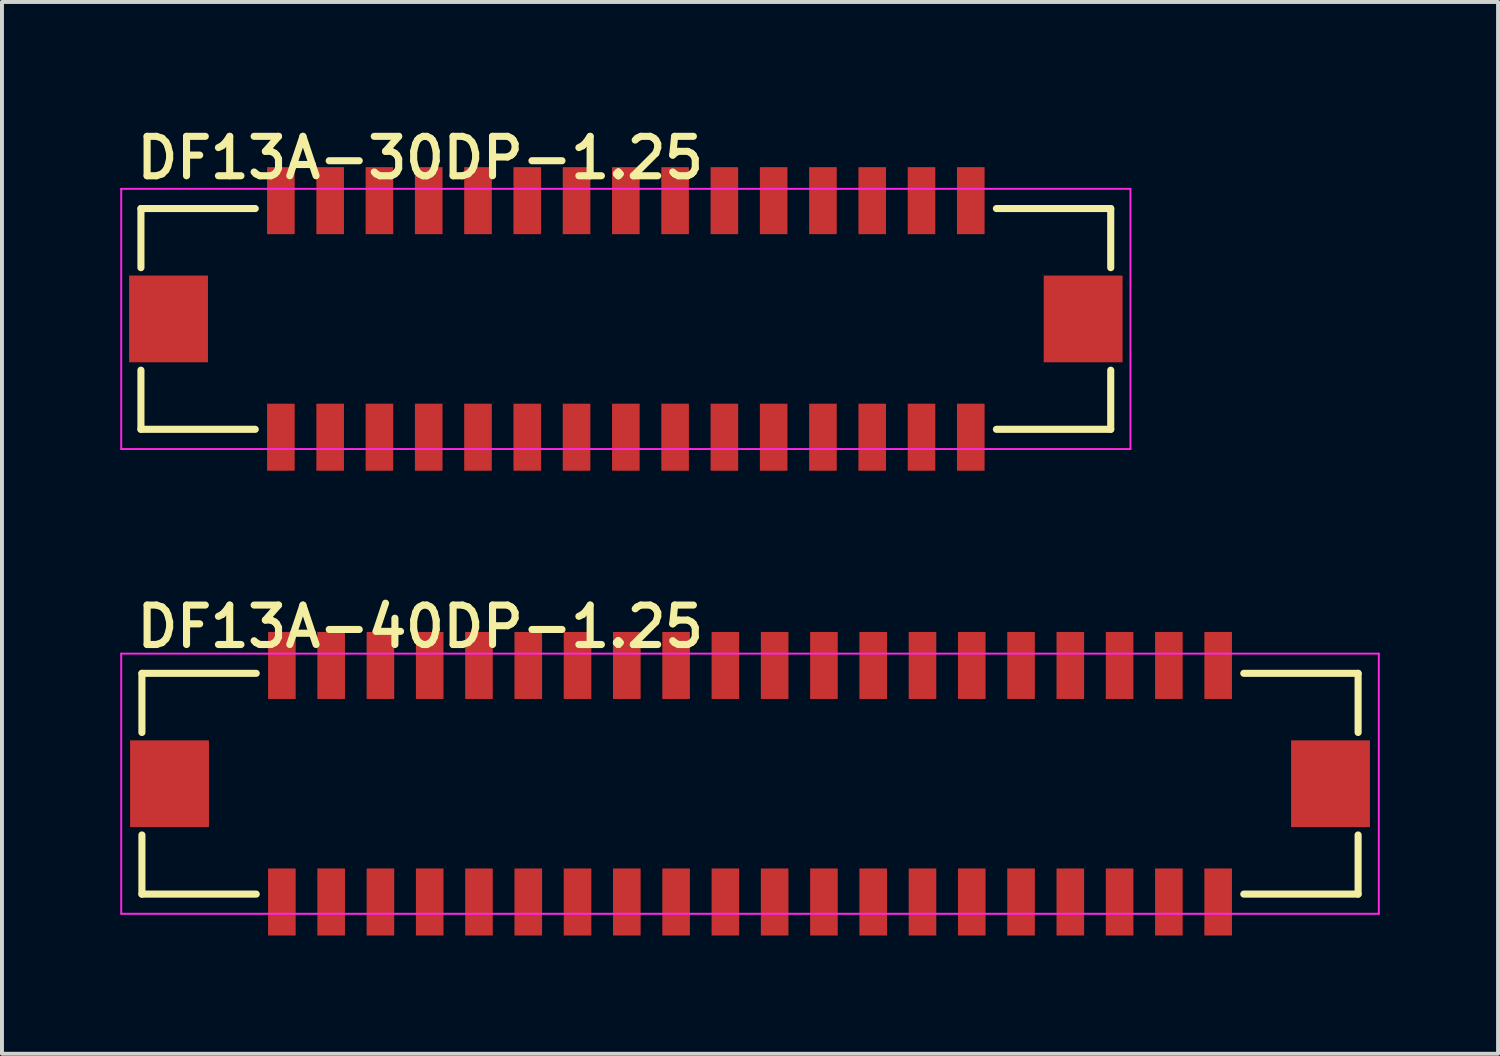
<source format=kicad_pcb>
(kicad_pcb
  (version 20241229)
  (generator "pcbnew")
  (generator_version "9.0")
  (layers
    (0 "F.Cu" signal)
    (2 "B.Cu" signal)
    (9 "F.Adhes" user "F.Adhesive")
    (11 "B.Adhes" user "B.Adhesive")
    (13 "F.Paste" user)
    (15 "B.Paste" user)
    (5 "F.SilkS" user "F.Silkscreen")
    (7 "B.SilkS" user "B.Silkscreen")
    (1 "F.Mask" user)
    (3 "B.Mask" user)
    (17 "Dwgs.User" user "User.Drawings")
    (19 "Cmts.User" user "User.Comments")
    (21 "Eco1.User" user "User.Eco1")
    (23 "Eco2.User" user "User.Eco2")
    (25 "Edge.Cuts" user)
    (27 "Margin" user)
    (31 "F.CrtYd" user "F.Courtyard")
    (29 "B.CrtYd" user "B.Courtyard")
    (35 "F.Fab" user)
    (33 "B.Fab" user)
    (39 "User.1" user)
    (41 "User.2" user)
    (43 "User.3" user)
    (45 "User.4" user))
  (footprint "DF13A-40DP-1.25"
    (layer "F.Cu")
    (at 15.975 16.83)
    (property "Reference" "DF13A-40DP-1.25" (at -15.65 -3.4 0) (layer "F.SilkS") (effects (font (size 1 1) (thickness 0.18)) (justify left bottom)))
    (attr through_hole)
    (fp_line (start -15.425 -2.8) (end -12.525 -2.8) (stroke (width 0.18) (type solid)) (layer "F.SilkS"))
    (fp_line (start -15.425 -1.3) (end -15.425 -2.8) (stroke (width 0.18) (type solid)) (layer "F.SilkS"))
    (fp_line (start -15.425 2.8) (end -15.425 1.3) (stroke (width 0.18) (type solid)) (layer "F.SilkS"))
    (fp_line (start -15.425 2.8) (end -12.525 2.8) (stroke (width 0.18) (type solid)) (layer "F.SilkS"))
    (fp_line (start 15.425 -2.8) (end 12.525 -2.8) (stroke (width 0.18) (type solid)) (layer "F.SilkS"))
    (fp_line (start 15.425 -2.8) (end 15.425 -1.3) (stroke (width 0.18) (type solid)) (layer "F.SilkS"))
    (fp_line (start 15.425 1.3) (end 15.425 2.8) (stroke (width 0.18) (type solid)) (layer "F.SilkS"))
    (fp_line (start 15.425 2.8) (end 12.525 2.8) (stroke (width 0.18) (type solid)) (layer "F.SilkS"))
    (fp_line (start -15.95 -3.3) (end 15.95 -3.3) (stroke (width 0.05) (type solid)) (layer "F.CrtYd"))
    (fp_line (start -15.95 3.3) (end -15.95 -3.3) (stroke (width 0.05) (type solid)) (layer "F.CrtYd"))
    (fp_line (start 15.95 -3.3) (end 15.95 3.3) (stroke (width 0.05) (type solid)) (layer "F.CrtYd"))
    (fp_line (start 15.95 3.3) (end -15.95 3.3) (stroke (width 0.05) (type solid)) (layer "F.CrtYd"))
    (pad "1" smd rect (at -11.875 -3) (size 0.7 1.7) (layers "F.Cu" "F.Mask" "F.Paste"))
    (pad "2" smd rect (at -11.875 3) (size 0.7 1.7) (layers "F.Cu" "F.Mask" "F.Paste"))
    (pad "3" smd rect (at -10.625 -3) (size 0.7 1.7) (layers "F.Cu" "F.Mask" "F.Paste"))
    (pad "4" smd rect (at -10.625 3) (size 0.7 1.7) (layers "F.Cu" "F.Mask" "F.Paste"))
    (pad "5" smd rect (at -9.375 -3) (size 0.7 1.7) (layers "F.Cu" "F.Mask" "F.Paste"))
    (pad "6" smd rect (at -9.375 3) (size 0.7 1.7) (layers "F.Cu" "F.Mask" "F.Paste"))
    (pad "7" smd rect (at -8.125 -3) (size 0.7 1.7) (layers "F.Cu" "F.Mask" "F.Paste"))
    (pad "8" smd rect (at -8.125 3) (size 0.7 1.7) (layers "F.Cu" "F.Mask" "F.Paste"))
    (pad "9" smd rect (at -6.875 -3) (size 0.7 1.7) (layers "F.Cu" "F.Mask" "F.Paste"))
    (pad "10" smd rect (at -6.875 3) (size 0.7 1.7) (layers "F.Cu" "F.Mask" "F.Paste"))
    (pad "11" smd rect (at -5.625 -3) (size 0.7 1.7) (layers "F.Cu" "F.Mask" "F.Paste"))
    (pad "12" smd rect (at -5.625 3) (size 0.7 1.7) (layers "F.Cu" "F.Mask" "F.Paste"))
    (pad "13" smd rect (at -4.375 -3) (size 0.7 1.7) (layers "F.Cu" "F.Mask" "F.Paste"))
    (pad "14" smd rect (at -4.375 3) (size 0.7 1.7) (layers "F.Cu" "F.Mask" "F.Paste"))
    (pad "15" smd rect (at -3.125 -3) (size 0.7 1.7) (layers "F.Cu" "F.Mask" "F.Paste"))
    (pad "16" smd rect (at -3.125 3) (size 0.7 1.7) (layers "F.Cu" "F.Mask" "F.Paste"))
    (pad "17" smd rect (at -1.875 -3) (size 0.7 1.7) (layers "F.Cu" "F.Mask" "F.Paste"))
    (pad "18" smd rect (at -1.875 3) (size 0.7 1.7) (layers "F.Cu" "F.Mask" "F.Paste"))
    (pad "19" smd rect (at -0.625 -3) (size 0.7 1.7) (layers "F.Cu" "F.Mask" "F.Paste"))
    (pad "20" smd rect (at -0.625 3) (size 0.7 1.7) (layers "F.Cu" "F.Mask" "F.Paste"))
    (pad "21" smd rect (at 0.625 -3) (size 0.7 1.7) (layers "F.Cu" "F.Mask" "F.Paste"))
    (pad "22" smd rect (at 0.625 3) (size 0.7 1.7) (layers "F.Cu" "F.Mask" "F.Paste"))
    (pad "23" smd rect (at 1.875 -3) (size 0.7 1.7) (layers "F.Cu" "F.Mask" "F.Paste"))
    (pad "24" smd rect (at 1.875 3) (size 0.7 1.7) (layers "F.Cu" "F.Mask" "F.Paste"))
    (pad "25" smd rect (at 3.125 -3) (size 0.7 1.7) (layers "F.Cu" "F.Mask" "F.Paste"))
    (pad "26" smd rect (at 3.125 3) (size 0.7 1.7) (layers "F.Cu" "F.Mask" "F.Paste"))
    (pad "27" smd rect (at 4.375 -3) (size 0.7 1.7) (layers "F.Cu" "F.Mask" "F.Paste"))
    (pad "28" smd rect (at 4.375 3) (size 0.7 1.7) (layers "F.Cu" "F.Mask" "F.Paste"))
    (pad "29" smd rect (at 5.625 -3) (size 0.7 1.7) (layers "F.Cu" "F.Mask" "F.Paste"))
    (pad "30" smd rect (at 5.625 3) (size 0.7 1.7) (layers "F.Cu" "F.Mask" "F.Paste"))
    (pad "31" smd rect (at 6.875 -3) (size 0.7 1.7) (layers "F.Cu" "F.Mask" "F.Paste"))
    (pad "32" smd rect (at 6.875 3) (size 0.7 1.7) (layers "F.Cu" "F.Mask" "F.Paste"))
    (pad "33" smd rect (at 8.125 -3) (size 0.7 1.7) (layers "F.Cu" "F.Mask" "F.Paste"))
    (pad "34" smd rect (at 8.125 3) (size 0.7 1.7) (layers "F.Cu" "F.Mask" "F.Paste"))
    (pad "35" smd rect (at 9.375 -3) (size 0.7 1.7) (layers "F.Cu" "F.Mask" "F.Paste"))
    (pad "36" smd rect (at 9.375 3) (size 0.7 1.7) (layers "F.Cu" "F.Mask" "F.Paste"))
    (pad "37" smd rect (at 10.625 -3) (size 0.7 1.7) (layers "F.Cu" "F.Mask" "F.Paste"))
    (pad "38" smd rect (at 10.625 3) (size 0.7 1.7) (layers "F.Cu" "F.Mask" "F.Paste"))
    (pad "39" smd rect (at 11.875 -3) (size 0.7 1.7) (layers "F.Cu" "F.Mask" "F.Paste"))
    (pad "40" smd rect (at 11.875 3) (size 0.7 1.7) (layers "F.Cu" "F.Mask" "F.Paste"))
    (pad "PAD" smd rect (at -14.725 0) (size 2 2.2) (layers "F.Cu" "F.Mask" "F.Paste"))
    (pad "PAD" smd rect (at 14.725 0) (size 2 2.2) (layers "F.Cu" "F.Mask" "F.Paste")))
  (footprint "DF13A-30DP-1.25"
    (layer "F.Cu")
    (at 12.825 5.04)
    (property "Reference" "DF13A-30DP-1.25" (at -12.5 -3.5 0) (layer "F.SilkS") (effects (font (size 1 1) (thickness 0.18)) (justify left bottom)))
    (attr through_hole)
    (fp_line (start -12.3 -2.8) (end -9.4 -2.8) (stroke (width 0.18) (type solid)) (layer "F.SilkS"))
    (fp_line (start -12.3 -1.3) (end -12.3 -2.8) (stroke (width 0.18) (type solid)) (layer "F.SilkS"))
    (fp_line (start -12.3 2.8) (end -12.3 1.3) (stroke (width 0.18) (type solid)) (layer "F.SilkS"))
    (fp_line (start -12.3 2.8) (end -9.4 2.8) (stroke (width 0.18) (type solid)) (layer "F.SilkS"))
    (fp_line (start 12.3 -2.8) (end 9.4 -2.8) (stroke (width 0.18) (type solid)) (layer "F.SilkS"))
    (fp_line (start 12.3 -2.8) (end 12.3 -1.3) (stroke (width 0.18) (type solid)) (layer "F.SilkS"))
    (fp_line (start 12.3 1.3) (end 12.3 2.8) (stroke (width 0.18) (type solid)) (layer "F.SilkS"))
    (fp_line (start 12.3 2.8) (end 9.4 2.8) (stroke (width 0.18) (type solid)) (layer "F.SilkS"))
    (fp_line (start -12.8 -3.3) (end 12.8 -3.3) (stroke (width 0.05) (type solid)) (layer "F.CrtYd"))
    (fp_line (start -12.8 3.3) (end -12.8 -3.3) (stroke (width 0.05) (type solid)) (layer "F.CrtYd"))
    (fp_line (start 12.8 -3.3) (end 12.8 3.3) (stroke (width 0.05) (type solid)) (layer "F.CrtYd"))
    (fp_line (start 12.8 3.3) (end -12.8 3.3) (stroke (width 0.05) (type solid)) (layer "F.CrtYd"))
    (pad "1" smd rect (at 8.75 -3) (size 0.7 1.7) (layers "F.Cu" "F.Mask" "F.Paste"))
    (pad "2" smd rect (at 8.75 3) (size 0.7 1.7) (layers "F.Cu" "F.Mask" "F.Paste"))
    (pad "3" smd rect (at 7.5 -3) (size 0.7 1.7) (layers "F.Cu" "F.Mask" "F.Paste"))
    (pad "4" smd rect (at 7.5 3) (size 0.7 1.7) (layers "F.Cu" "F.Mask" "F.Paste"))
    (pad "5" smd rect (at 6.25 -3) (size 0.7 1.7) (layers "F.Cu" "F.Mask" "F.Paste"))
    (pad "6" smd rect (at 6.25 3) (size 0.7 1.7) (layers "F.Cu" "F.Mask" "F.Paste"))
    (pad "7" smd rect (at 5 -3) (size 0.7 1.7) (layers "F.Cu" "F.Mask" "F.Paste"))
    (pad "8" smd rect (at 5 3) (size 0.7 1.7) (layers "F.Cu" "F.Mask" "F.Paste"))
    (pad "9" smd rect (at 3.75 -3) (size 0.7 1.7) (layers "F.Cu" "F.Mask" "F.Paste"))
    (pad "10" smd rect (at 3.75 3) (size 0.7 1.7) (layers "F.Cu" "F.Mask" "F.Paste"))
    (pad "11" smd rect (at 2.5 -3) (size 0.7 1.7) (layers "F.Cu" "F.Mask" "F.Paste"))
    (pad "12" smd rect (at 2.5 3) (size 0.7 1.7) (layers "F.Cu" "F.Mask" "F.Paste"))
    (pad "13" smd rect (at 1.25 -3) (size 0.7 1.7) (layers "F.Cu" "F.Mask" "F.Paste"))
    (pad "14" smd rect (at 1.25 3) (size 0.7 1.7) (layers "F.Cu" "F.Mask" "F.Paste"))
    (pad "15" smd rect (at 0 -3) (size 0.7 1.7) (layers "F.Cu" "F.Mask" "F.Paste"))
    (pad "16" smd rect (at 0 3) (size 0.7 1.7) (layers "F.Cu" "F.Mask" "F.Paste"))
    (pad "17" smd rect (at -1.25 -3) (size 0.7 1.7) (layers "F.Cu" "F.Mask" "F.Paste"))
    (pad "18" smd rect (at -1.25 3) (size 0.7 1.7) (layers "F.Cu" "F.Mask" "F.Paste"))
    (pad "19" smd rect (at -2.5 -3) (size 0.7 1.7) (layers "F.Cu" "F.Mask" "F.Paste"))
    (pad "20" smd rect (at -2.5 3) (size 0.7 1.7) (layers "F.Cu" "F.Mask" "F.Paste"))
    (pad "21" smd rect (at -3.75 -3) (size 0.7 1.7) (layers "F.Cu" "F.Mask" "F.Paste"))
    (pad "22" smd rect (at -3.75 3) (size 0.7 1.7) (layers "F.Cu" "F.Mask" "F.Paste"))
    (pad "23" smd rect (at -5 -3) (size 0.7 1.7) (layers "F.Cu" "F.Mask" "F.Paste"))
    (pad "24" smd rect (at -5 3) (size 0.7 1.7) (layers "F.Cu" "F.Mask" "F.Paste"))
    (pad "25" smd rect (at -6.25 -3) (size 0.7 1.7) (layers "F.Cu" "F.Mask" "F.Paste"))
    (pad "26" smd rect (at -6.25 3) (size 0.7 1.7) (layers "F.Cu" "F.Mask" "F.Paste"))
    (pad "27" smd rect (at -7.5 -3) (size 0.7 1.7) (layers "F.Cu" "F.Mask" "F.Paste"))
    (pad "28" smd rect (at -7.5 3) (size 0.7 1.7) (layers "F.Cu" "F.Mask" "F.Paste"))
    (pad "29" smd rect (at -8.75 -3) (size 0.7 1.7) (layers "F.Cu" "F.Mask" "F.Paste"))
    (pad "30" smd rect (at -8.75 3) (size 0.7 1.7) (layers "F.Cu" "F.Mask" "F.Paste"))
    (pad "A" smd rect (at -11.6 0) (size 2 2.2) (layers "F.Cu" "F.Mask" "F.Paste"))
    (pad "B" smd rect (at 11.6 0) (size 2 2.2) (layers "F.Cu" "F.Mask" "F.Paste")))
  (gr_rect
    (start -3 -3)
    (end 34.95 23.68)
    (stroke (width 0.1) (type default))
    (fill no)
    (layer "Edge.Cuts")))
</source>
